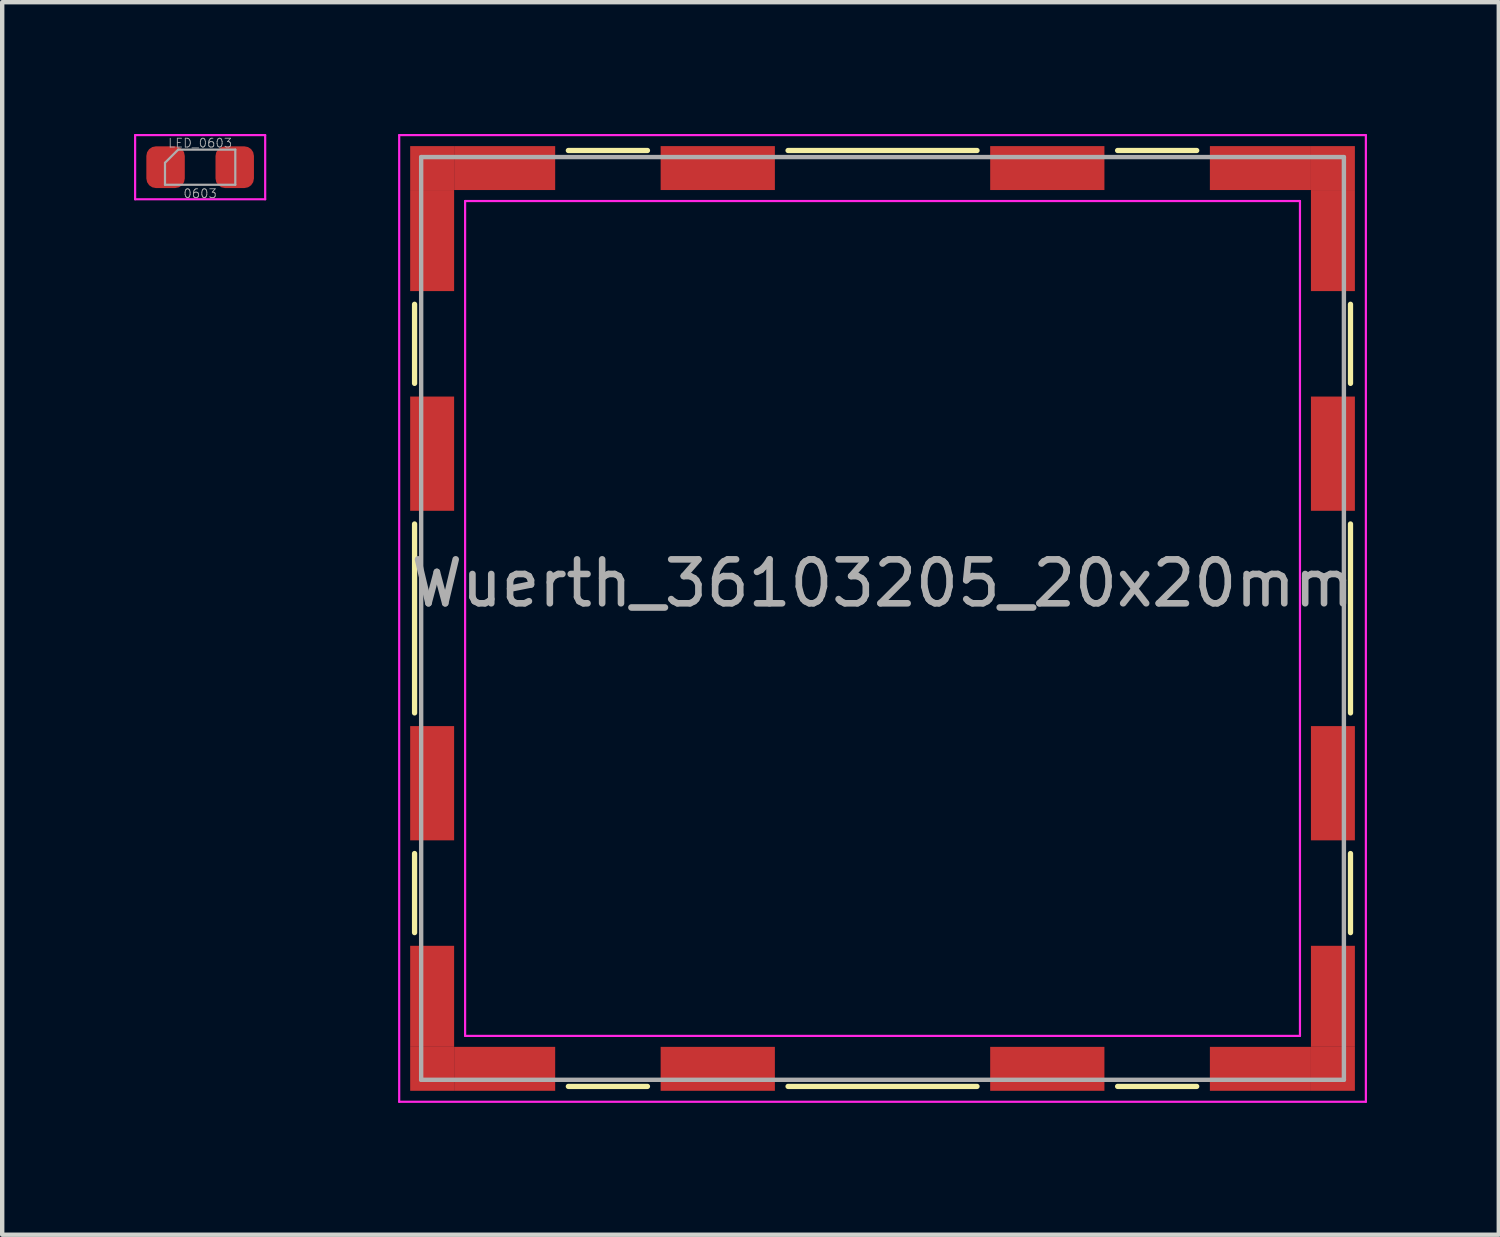
<source format=kicad_pcb>
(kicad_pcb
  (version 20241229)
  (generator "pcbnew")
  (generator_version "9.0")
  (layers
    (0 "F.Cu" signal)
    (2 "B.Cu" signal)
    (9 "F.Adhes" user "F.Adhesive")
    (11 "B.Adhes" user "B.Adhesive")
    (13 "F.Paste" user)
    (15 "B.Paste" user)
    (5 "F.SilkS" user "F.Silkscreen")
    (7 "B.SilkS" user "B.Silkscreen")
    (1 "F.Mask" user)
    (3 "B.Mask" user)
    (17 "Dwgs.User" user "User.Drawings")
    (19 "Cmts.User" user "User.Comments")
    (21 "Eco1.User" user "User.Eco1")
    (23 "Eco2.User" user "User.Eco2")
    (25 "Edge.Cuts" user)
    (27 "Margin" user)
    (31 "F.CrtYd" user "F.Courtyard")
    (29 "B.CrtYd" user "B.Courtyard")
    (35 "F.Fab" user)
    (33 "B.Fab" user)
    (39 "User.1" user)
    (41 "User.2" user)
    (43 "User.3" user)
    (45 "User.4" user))
  (footprint "LED_0603"
    (layer "F.Cu")
    (at 1.505 0.755)
    (property "Reference" "LED_0603" (at 0 -0.55 0) (layer "F.Fab") (effects (font (size 0.2 0.2) (thickness 0.02))))
    (attr smd)
    (fp_line (start -1.48 -0.73) (end 1.48 -0.73) (stroke (width 0.05) (type solid)) (layer "F.CrtYd"))
    (fp_line (start -1.48 0.73) (end -1.48 -0.73) (stroke (width 0.05) (type solid)) (layer "F.CrtYd"))
    (fp_line (start 1.48 -0.73) (end 1.48 0.73) (stroke (width 0.05) (type solid)) (layer "F.CrtYd"))
    (fp_line (start 1.48 0.73) (end -1.48 0.73) (stroke (width 0.05) (type solid)) (layer "F.CrtYd"))
    (fp_line (start -0.8 -0.1) (end -0.8 0.4) (stroke (width 0.05) (type solid)) (layer "F.Fab"))
    (fp_line (start -0.8 0.4) (end 0.8 0.4) (stroke (width 0.05) (type solid)) (layer "F.Fab"))
    (fp_line (start -0.5 -0.4) (end -0.8 -0.1) (stroke (width 0.05) (type solid)) (layer "F.Fab"))
    (fp_line (start 0.8 -0.4) (end -0.5 -0.4) (stroke (width 0.05) (type solid)) (layer "F.Fab"))
    (fp_line (start 0.8 0.4) (end 0.8 -0.4) (stroke (width 0.05) (type solid)) (layer "F.Fab"))
    (fp_text user "0603" (at 0 0.6 0) (layer "F.Fab") (effects (font (size 0.2 0.2) (thickness 0.02))))
    (pad "1" smd roundrect (at -0.787 0) (size 0.875 0.95) (layers "F.Cu" "F.Mask" "F.Paste") (roundrect_rratio 0.25))
    (pad "2" smd roundrect (at 0.787 0) (size 0.875 0.95) (layers "F.Cu" "F.Mask" "F.Paste") (roundrect_rratio 0.25)))
  (footprint "Wuerth_36103205_20x20mm"
    (layer "F.Cu")
    (at 17.035 11.025)
    (property "Reference" "Wuerth_36103205_20x20mm" (at 0 -0.8 0) (layer "F.Fab") (effects (font (size 1 1) (thickness 0.15))))
    (attr smd)
    (fp_line (start -10.65 -7.15) (end -10.65 -5.35) (stroke (width 0.12) (type solid)) (layer "F.SilkS"))
    (fp_line (start -10.65 -2.15) (end -10.65 2.15) (stroke (width 0.12) (type solid)) (layer "F.SilkS"))
    (fp_line (start -10.65 5.35) (end -10.65 7.15) (stroke (width 0.12) (type solid)) (layer "F.SilkS"))
    (fp_line (start -7.15 -10.65) (end -5.35 -10.65) (stroke (width 0.12) (type solid)) (layer "F.SilkS"))
    (fp_line (start -7.15 10.65) (end -5.35 10.65) (stroke (width 0.12) (type solid)) (layer "F.SilkS"))
    (fp_line (start -2.15 -10.65) (end 2.15 -10.65) (stroke (width 0.12) (type solid)) (layer "F.SilkS"))
    (fp_line (start -2.15 10.65) (end 2.15 10.65) (stroke (width 0.12) (type solid)) (layer "F.SilkS"))
    (fp_line (start 5.35 -10.65) (end 7.15 -10.65) (stroke (width 0.12) (type solid)) (layer "F.SilkS"))
    (fp_line (start 5.35 10.65) (end 7.15 10.65) (stroke (width 0.12) (type solid)) (layer "F.SilkS"))
    (fp_line (start 10.65 -7.15) (end 10.65 -5.35) (stroke (width 0.12) (type solid)) (layer "F.SilkS"))
    (fp_line (start 10.65 -2.15) (end 10.65 2.15) (stroke (width 0.12) (type solid)) (layer "F.SilkS"))
    (fp_line (start 10.65 5.35) (end 10.65 7.15) (stroke (width 0.12) (type solid)) (layer "F.SilkS"))
    (fp_line (start -11 -11) (end -11 11) (stroke (width 0.05) (type solid)) (layer "F.CrtYd"))
    (fp_line (start -11 11) (end 11 11) (stroke (width 0.05) (type solid)) (layer "F.CrtYd"))
    (fp_line (start -9.5 -9.5) (end -9.5 9.5) (stroke (width 0.05) (type solid)) (layer "F.CrtYd"))
    (fp_line (start -9.5 9.5) (end 9.5 9.5) (stroke (width 0.05) (type solid)) (layer "F.CrtYd"))
    (fp_line (start 9.5 -9.5) (end -9.5 -9.5) (stroke (width 0.05) (type solid)) (layer "F.CrtYd"))
    (fp_line (start 9.5 9.5) (end 9.5 -9.5) (stroke (width 0.05) (type solid)) (layer "F.CrtYd"))
    (fp_line (start 11 -11) (end -11 -11) (stroke (width 0.05) (type solid)) (layer "F.CrtYd"))
    (fp_line (start 11 11) (end 11 -11) (stroke (width 0.05) (type solid)) (layer "F.CrtYd"))
    (fp_line (start -10.5 -10.5) (end -10.5 10.5) (stroke (width 0.1) (type solid)) (layer "F.Fab"))
    (fp_line (start -10.5 10.5) (end 10.5 10.5) (stroke (width 0.1) (type solid)) (layer "F.Fab"))
    (fp_line (start 10.5 -10.5) (end -10.5 -10.5) (stroke (width 0.1) (type solid)) (layer "F.Fab"))
    (fp_line (start 10.5 10.5) (end 10.5 -10.5) (stroke (width 0.1) (type solid)) (layer "F.Fab"))
    (pad "1" smd rect (at -10.25 -10.25) (size 1 1) (layers "F.Cu" "F.Mask" "F.Paste"))
    (pad "1" smd rect (at -10.25 -8.6) (size 1 2.3) (layers "F.Cu" "F.Mask" "F.Paste"))
    (pad "1" smd rect (at -10.25 -3.75) (size 1 2.6) (layers "F.Cu" "F.Mask" "F.Paste"))
    (pad "1" smd rect (at -10.25 3.75) (size 1 2.6) (layers "F.Cu" "F.Mask" "F.Paste"))
    (pad "1" smd rect (at -10.25 8.6) (size 1 2.3) (layers "F.Cu" "F.Mask" "F.Paste"))
    (pad "1" smd rect (at -10.25 10.25) (size 1 1) (layers "F.Cu" "F.Mask" "F.Paste"))
    (pad "1" smd rect (at -8.6 -10.25) (size 2.3 1) (layers "F.Cu" "F.Mask" "F.Paste"))
    (pad "1" smd rect (at -8.6 10.25) (size 2.3 1) (layers "F.Cu" "F.Mask" "F.Paste"))
    (pad "1" smd rect (at -3.75 -10.25) (size 2.6 1) (layers "F.Cu" "F.Mask" "F.Paste"))
    (pad "1" smd rect (at -3.75 10.25) (size 2.6 1) (layers "F.Cu" "F.Mask" "F.Paste"))
    (pad "1" smd rect (at 3.75 -10.25) (size 2.6 1) (layers "F.Cu" "F.Mask" "F.Paste"))
    (pad "1" smd rect (at 3.75 10.25) (size 2.6 1) (layers "F.Cu" "F.Mask" "F.Paste"))
    (pad "1" smd rect (at 8.6 -10.25) (size 2.3 1) (layers "F.Cu" "F.Mask" "F.Paste"))
    (pad "1" smd rect (at 8.6 10.25) (size 2.3 1) (layers "F.Cu" "F.Mask" "F.Paste"))
    (pad "1" smd rect (at 10.25 -10.25) (size 1 1) (layers "F.Cu" "F.Mask" "F.Paste"))
    (pad "1" smd rect (at 10.25 -8.6) (size 1 2.3) (layers "F.Cu" "F.Mask" "F.Paste"))
    (pad "1" smd rect (at 10.25 -3.75) (size 1 2.6) (layers "F.Cu" "F.Mask" "F.Paste"))
    (pad "1" smd rect (at 10.25 3.75) (size 1 2.6) (layers "F.Cu" "F.Mask" "F.Paste"))
    (pad "1" smd rect (at 10.25 8.6) (size 1 2.3) (layers "F.Cu" "F.Mask" "F.Paste"))
    (pad "1" smd rect (at 10.25 10.25) (size 1 1) (layers "F.Cu" "F.Mask" "F.Paste")))
  (gr_rect
    (start -3 -3)
    (end 31.06 25.05)
    (stroke (width 0.1) (type default))
    (fill no)
    (layer "Edge.Cuts")))
</source>
